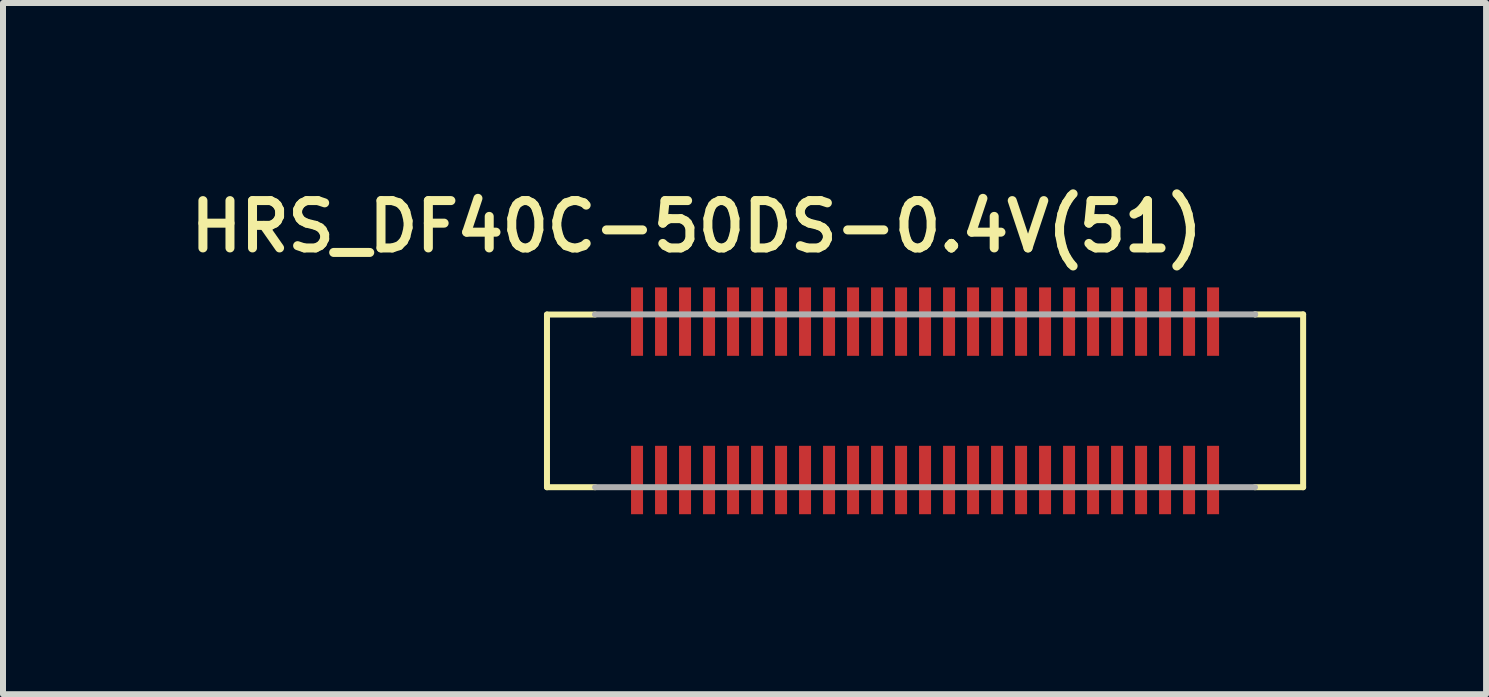
<source format=kicad_pcb>
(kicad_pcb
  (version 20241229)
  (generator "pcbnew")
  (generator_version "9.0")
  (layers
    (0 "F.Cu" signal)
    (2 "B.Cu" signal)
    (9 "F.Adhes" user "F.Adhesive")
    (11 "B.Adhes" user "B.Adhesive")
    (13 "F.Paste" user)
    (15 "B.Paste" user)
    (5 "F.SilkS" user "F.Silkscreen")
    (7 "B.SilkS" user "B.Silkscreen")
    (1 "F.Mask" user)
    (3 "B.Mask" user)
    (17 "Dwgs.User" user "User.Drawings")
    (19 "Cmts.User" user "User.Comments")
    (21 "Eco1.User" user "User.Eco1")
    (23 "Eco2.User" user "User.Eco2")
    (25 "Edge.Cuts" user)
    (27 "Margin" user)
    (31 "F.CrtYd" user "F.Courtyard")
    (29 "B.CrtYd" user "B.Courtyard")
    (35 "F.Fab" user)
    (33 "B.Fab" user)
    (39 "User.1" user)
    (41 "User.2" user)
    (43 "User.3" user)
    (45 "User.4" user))
  (footprint "HRS_DF40C-50DS-0.4V(51)"
    (layer "F.Cu")
    (at 12.367 3.63)
    (property "Reference" "HRS_DF40C-50DS-0.4V(51)" (at -3.807 -2.905 0) (layer "F.SilkS") (effects (font (size 0.789 0.789) (thickness 0.15))))
    (attr through_hole)
    (fp_line (start -6.301 -1.438) (end -6.301 1.44) (stroke (width 0.1) (type solid)) (layer "F.SilkS"))
    (fp_line (start -6.301 1.44) (end -5.499 1.44) (stroke (width 0.1) (type solid)) (layer "F.SilkS"))
    (fp_line (start -5.499 -1.438) (end -6.301 -1.438) (stroke (width 0.1) (type solid)) (layer "F.SilkS"))
    (fp_line (start 5.501 -1.44) (end 6.301 -1.44) (stroke (width 0.1) (type solid)) (layer "F.SilkS"))
    (fp_line (start 6.301 -1.44) (end 6.301 1.44) (stroke (width 0.1) (type solid)) (layer "F.SilkS"))
    (fp_line (start 6.301 1.44) (end 5.499 1.44) (stroke (width 0.1) (type solid)) (layer "F.SilkS"))
    (fp_line (start -5.501 -1.44) (end 5.501 -1.44) (stroke (width 0.1) (type solid)) (layer "F.Fab"))
    (fp_line (start -5.499 1.44) (end 5.499 1.44) (stroke (width 0.1) (type solid)) (layer "F.Fab"))
    (fp_line (start 5.501 -1.44) (end 5.501 -1.441) (stroke (width 0.1) (type solid)) (layer "F.Fab"))
    (pad "1" smd rect (at -4.8 1.32) (size 0.2 1.14) (layers "F.Cu" "F.Mask" "F.Paste"))
    (pad "2" smd rect (at -4.8 -1.32) (size 0.2 1.14) (layers "F.Cu" "F.Mask" "F.Paste"))
    (pad "3" smd rect (at -4.4 1.32) (size 0.2 1.14) (layers "F.Cu" "F.Mask" "F.Paste"))
    (pad "4" smd rect (at -4.4 -1.32) (size 0.2 1.14) (layers "F.Cu" "F.Mask" "F.Paste"))
    (pad "5" smd rect (at -4 1.32) (size 0.2 1.14) (layers "F.Cu" "F.Mask" "F.Paste"))
    (pad "6" smd rect (at -4 -1.32) (size 0.2 1.14) (layers "F.Cu" "F.Mask" "F.Paste"))
    (pad "7" smd rect (at -3.6 1.32) (size 0.2 1.14) (layers "F.Cu" "F.Mask" "F.Paste"))
    (pad "8" smd rect (at -3.6 -1.32) (size 0.2 1.14) (layers "F.Cu" "F.Mask" "F.Paste"))
    (pad "9" smd rect (at -3.2 1.32) (size 0.2 1.14) (layers "F.Cu" "F.Mask" "F.Paste"))
    (pad "10" smd rect (at -3.2 -1.32) (size 0.2 1.14) (layers "F.Cu" "F.Mask" "F.Paste"))
    (pad "11" smd rect (at -2.8 1.32) (size 0.2 1.14) (layers "F.Cu" "F.Mask" "F.Paste"))
    (pad "12" smd rect (at -2.8 -1.32) (size 0.2 1.14) (layers "F.Cu" "F.Mask" "F.Paste"))
    (pad "13" smd rect (at -2.4 1.32) (size 0.2 1.14) (layers "F.Cu" "F.Mask" "F.Paste"))
    (pad "14" smd rect (at -2.4 -1.32) (size 0.2 1.14) (layers "F.Cu" "F.Mask" "F.Paste"))
    (pad "15" smd rect (at -2 1.32) (size 0.2 1.14) (layers "F.Cu" "F.Mask" "F.Paste"))
    (pad "16" smd rect (at -2 -1.32) (size 0.2 1.14) (layers "F.Cu" "F.Mask" "F.Paste"))
    (pad "17" smd rect (at -1.6 1.32) (size 0.2 1.14) (layers "F.Cu" "F.Mask" "F.Paste"))
    (pad "18" smd rect (at -1.6 -1.32) (size 0.2 1.14) (layers "F.Cu" "F.Mask" "F.Paste"))
    (pad "19" smd rect (at -1.2 1.32) (size 0.2 1.14) (layers "F.Cu" "F.Mask" "F.Paste"))
    (pad "20" smd rect (at -1.2 -1.32) (size 0.2 1.14) (layers "F.Cu" "F.Mask" "F.Paste"))
    (pad "21" smd rect (at -0.8 1.32) (size 0.2 1.14) (layers "F.Cu" "F.Mask" "F.Paste"))
    (pad "22" smd rect (at -0.8 -1.32) (size 0.2 1.14) (layers "F.Cu" "F.Mask" "F.Paste"))
    (pad "23" smd rect (at -0.4 1.32) (size 0.2 1.14) (layers "F.Cu" "F.Mask" "F.Paste"))
    (pad "24" smd rect (at -0.4 -1.32) (size 0.2 1.14) (layers "F.Cu" "F.Mask" "F.Paste"))
    (pad "25" smd rect (at 0 1.32) (size 0.2 1.14) (layers "F.Cu" "F.Mask" "F.Paste"))
    (pad "26" smd rect (at 0 -1.32) (size 0.2 1.14) (layers "F.Cu" "F.Mask" "F.Paste"))
    (pad "27" smd rect (at 0.4 1.32) (size 0.2 1.14) (layers "F.Cu" "F.Mask" "F.Paste"))
    (pad "28" smd rect (at 0.4 -1.32) (size 0.2 1.14) (layers "F.Cu" "F.Mask" "F.Paste"))
    (pad "29" smd rect (at 0.8 1.32) (size 0.2 1.14) (layers "F.Cu" "F.Mask" "F.Paste"))
    (pad "30" smd rect (at 0.8 -1.32) (size 0.2 1.14) (layers "F.Cu" "F.Mask" "F.Paste"))
    (pad "31" smd rect (at 1.2 1.32) (size 0.2 1.14) (layers "F.Cu" "F.Mask" "F.Paste"))
    (pad "32" smd rect (at 1.2 -1.32) (size 0.2 1.14) (layers "F.Cu" "F.Mask" "F.Paste"))
    (pad "33" smd rect (at 1.6 1.32) (size 0.2 1.14) (layers "F.Cu" "F.Mask" "F.Paste"))
    (pad "34" smd rect (at 1.6 -1.32) (size 0.2 1.14) (layers "F.Cu" "F.Mask" "F.Paste"))
    (pad "35" smd rect (at 2 1.32) (size 0.2 1.14) (layers "F.Cu" "F.Mask" "F.Paste"))
    (pad "36" smd rect (at 2 -1.32) (size 0.2 1.14) (layers "F.Cu" "F.Mask" "F.Paste"))
    (pad "37" smd rect (at 2.4 1.32) (size 0.2 1.14) (layers "F.Cu" "F.Mask" "F.Paste"))
    (pad "38" smd rect (at 2.4 -1.32) (size 0.2 1.14) (layers "F.Cu" "F.Mask" "F.Paste"))
    (pad "39" smd rect (at 2.8 1.32) (size 0.2 1.14) (layers "F.Cu" "F.Mask" "F.Paste"))
    (pad "40" smd rect (at 2.8 -1.32) (size 0.2 1.14) (layers "F.Cu" "F.Mask" "F.Paste"))
    (pad "41" smd rect (at 3.2 1.32) (size 0.2 1.14) (layers "F.Cu" "F.Mask" "F.Paste"))
    (pad "42" smd rect (at 3.2 -1.32) (size 0.2 1.14) (layers "F.Cu" "F.Mask" "F.Paste"))
    (pad "43" smd rect (at 3.6 1.32) (size 0.2 1.14) (layers "F.Cu" "F.Mask" "F.Paste"))
    (pad "44" smd rect (at 3.6 -1.32) (size 0.2 1.14) (layers "F.Cu" "F.Mask" "F.Paste"))
    (pad "45" smd rect (at 4 1.32) (size 0.2 1.14) (layers "F.Cu" "F.Mask" "F.Paste"))
    (pad "46" smd rect (at 4 -1.32) (size 0.2 1.14) (layers "F.Cu" "F.Mask" "F.Paste"))
    (pad "47" smd rect (at 4.4 1.32) (size 0.2 1.14) (layers "F.Cu" "F.Mask" "F.Paste"))
    (pad "48" smd rect (at 4.4 -1.32) (size 0.2 1.14) (layers "F.Cu" "F.Mask" "F.Paste"))
    (pad "49" smd rect (at 4.8 1.32) (size 0.2 1.14) (layers "F.Cu" "F.Mask" "F.Paste"))
    (pad "50" smd rect (at 4.8 -1.32) (size 0.2 1.14) (layers "F.Cu" "F.Mask" "F.Paste")))
  (gr_rect
    (start -3 -3)
    (end 21.717 8.52)
    (stroke (width 0.1) (type default))
    (fill no)
    (layer "Edge.Cuts")))
</source>
